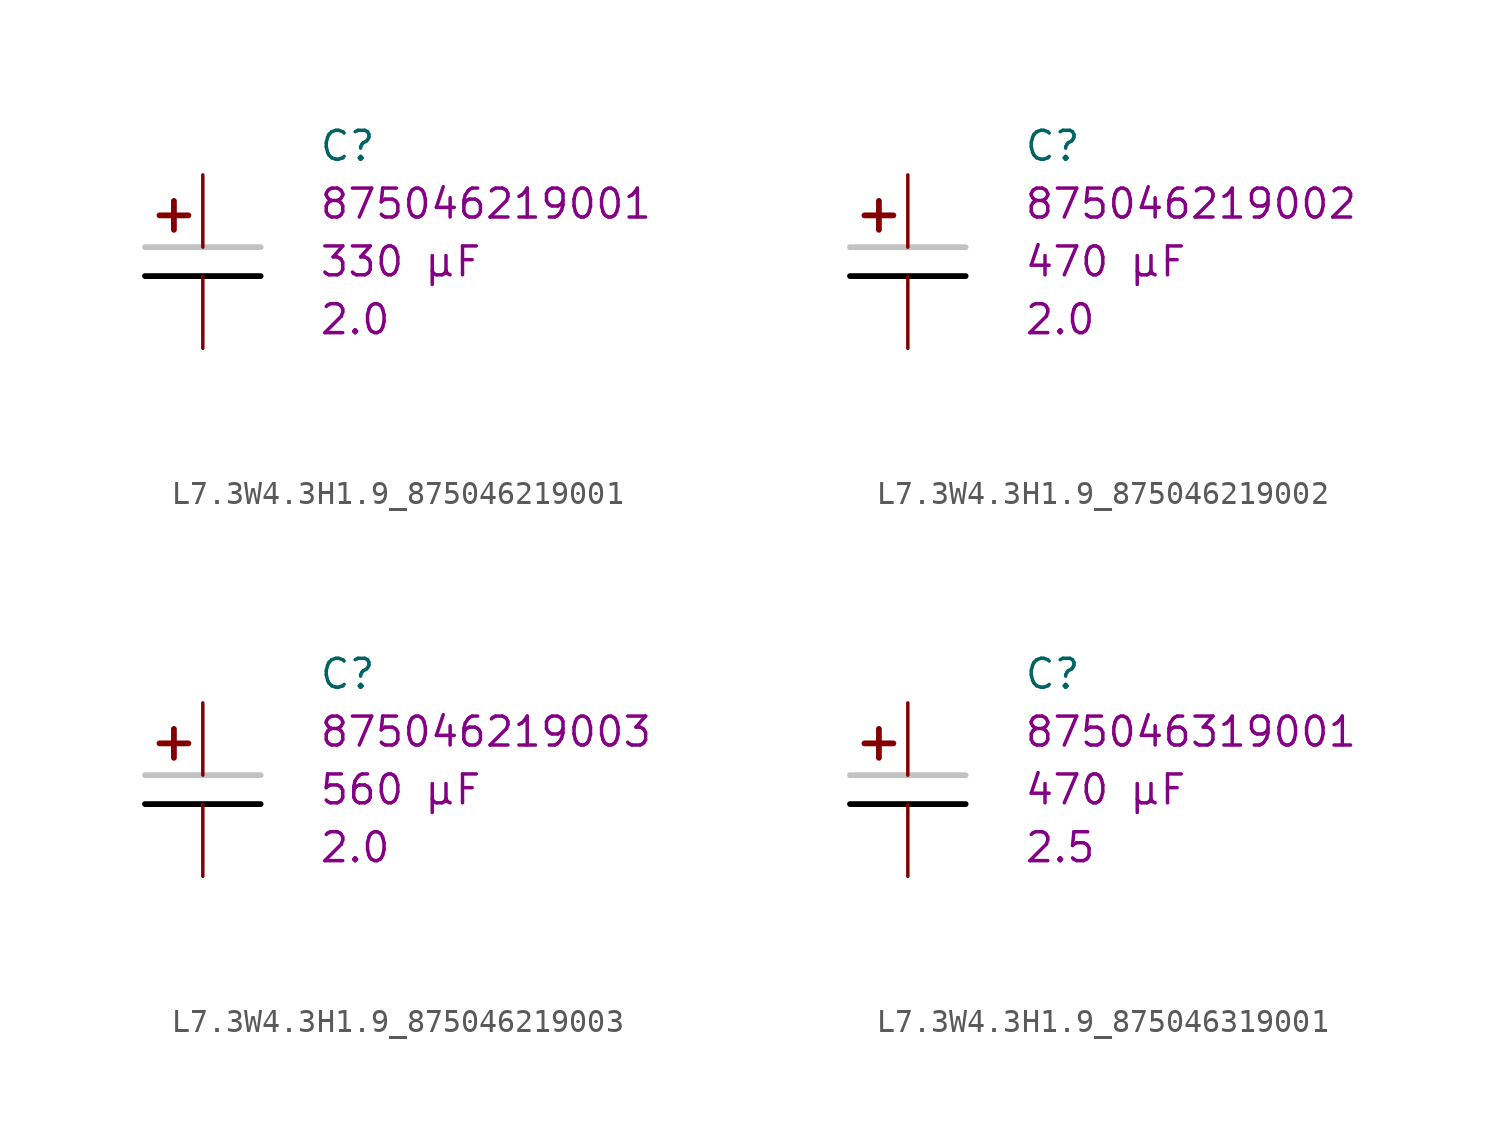
<source format=kicad_sym>
(kicad_symbol_lib
  (version 20220914)
  (generator kicad_symbol_editor)
  (symbol "L7.3W4.3H1.9_875046219001"
    (pin_numbers hide)
    (pin_names hide)
    (property "Reference" "C"
      (at 5.08 5.08 0)
      (effects (font (size 1.27 1.27)) (justify left)))
    (property "Part Number" "875046219001"
      (at 5.08 2.54 0)
      (effects (font (size 1.27 1.27)) (justify left)))
    (property "Capacitance" "330 µF"
      (at 5.08 0 0)
      (effects (font (size 1.27 1.27)) (justify left)))
    (property "Voltage" "2.0"
      (at 5.08 -2.54 0)
      (effects (font (size 1.27 1.27)) (justify left)))
    (property "Critical Parameter" ""
      (at 0 -7.62 0)
      (effects (font (size 1.27 1.27))))
    (symbol "L7.3W4.3H1.9_875046219001_1_1"
      (polyline (pts (xy -1.27 2.667) (xy -1.27 1.397)) (stroke (width 0.254) (type default)) (fill (type none)))
      (polyline (pts (xy -0.635 2.032) (xy -1.905 2.032)) (stroke (width 0.254) (type default)) (fill (type none)))
      (polyline (pts (xy 2.54 -0.635) (xy -2.54 -0.635)) (stroke (width 0.254) (type default) (color 0 0 0 1)) (fill (type none)))
      (polyline (pts (xy 2.54 0.635) (xy -2.54 0.635)) (stroke (width 0.254) (type default) (color 194 194 194 1)) (fill (type none)))
      (pin passive line (at 0 3.81 270) (length 3.175) (name "1" (effects (font (size 1.27 1.27)))) (number "1" (effects (font (size 1.27 1.27)))))
      (pin passive line (at 0 -3.81 90) (length 3.175) (name "2" (effects (font (size 1.27 1.27)))) (number "2" (effects (font (size 1.27 1.27)))))))
  (symbol "L7.3W4.3H1.9_875046219002"
    (pin_numbers hide)
    (pin_names hide)
    (property "Reference" "C"
      (at 5.08 5.08 0)
      (effects (font (size 1.27 1.27)) (justify left)))
    (property "Part Number" "875046219002"
      (at 5.08 2.54 0)
      (effects (font (size 1.27 1.27)) (justify left)))
    (property "Capacitance" "470 µF"
      (at 5.08 0 0)
      (effects (font (size 1.27 1.27)) (justify left)))
    (property "Voltage" "2.0"
      (at 5.08 -2.54 0)
      (effects (font (size 1.27 1.27)) (justify left)))
    (property "Critical Parameter" ""
      (at 0 -7.62 0)
      (effects (font (size 1.27 1.27))))
    (symbol "L7.3W4.3H1.9_875046219002_1_1"
      (polyline (pts (xy -1.27 2.667) (xy -1.27 1.397)) (stroke (width 0.254) (type default)) (fill (type none)))
      (polyline (pts (xy -0.635 2.032) (xy -1.905 2.032)) (stroke (width 0.254) (type default)) (fill (type none)))
      (polyline (pts (xy 2.54 -0.635) (xy -2.54 -0.635)) (stroke (width 0.254) (type default) (color 0 0 0 1)) (fill (type none)))
      (polyline (pts (xy 2.54 0.635) (xy -2.54 0.635)) (stroke (width 0.254) (type default) (color 194 194 194 1)) (fill (type none)))
      (pin passive line (at 0 3.81 270) (length 3.175) (name "1" (effects (font (size 1.27 1.27)))) (number "1" (effects (font (size 1.27 1.27)))))
      (pin passive line (at 0 -3.81 90) (length 3.175) (name "2" (effects (font (size 1.27 1.27)))) (number "2" (effects (font (size 1.27 1.27)))))))
  (symbol "L7.3W4.3H1.9_875046219003"
    (pin_numbers hide)
    (pin_names hide)
    (property "Reference" "C"
      (at 5.08 5.08 0)
      (effects (font (size 1.27 1.27)) (justify left)))
    (property "Part Number" "875046219003"
      (at 5.08 2.54 0)
      (effects (font (size 1.27 1.27)) (justify left)))
    (property "Capacitance" "560 µF"
      (at 5.08 0 0)
      (effects (font (size 1.27 1.27)) (justify left)))
    (property "Voltage" "2.0"
      (at 5.08 -2.54 0)
      (effects (font (size 1.27 1.27)) (justify left)))
    (property "Critical Parameter" ""
      (at 0 -7.62 0)
      (effects (font (size 1.27 1.27))))
    (symbol "L7.3W4.3H1.9_875046219003_1_1"
      (polyline (pts (xy -1.27 2.667) (xy -1.27 1.397)) (stroke (width 0.254) (type default)) (fill (type none)))
      (polyline (pts (xy -0.635 2.032) (xy -1.905 2.032)) (stroke (width 0.254) (type default)) (fill (type none)))
      (polyline (pts (xy 2.54 -0.635) (xy -2.54 -0.635)) (stroke (width 0.254) (type default) (color 0 0 0 1)) (fill (type none)))
      (polyline (pts (xy 2.54 0.635) (xy -2.54 0.635)) (stroke (width 0.254) (type default) (color 194 194 194 1)) (fill (type none)))
      (pin passive line (at 0 3.81 270) (length 3.175) (name "1" (effects (font (size 1.27 1.27)))) (number "1" (effects (font (size 1.27 1.27)))))
      (pin passive line (at 0 -3.81 90) (length 3.175) (name "2" (effects (font (size 1.27 1.27)))) (number "2" (effects (font (size 1.27 1.27)))))))
  (symbol "L7.3W4.3H1.9_875046319001"
    (pin_numbers hide)
    (pin_names hide)
    (property "Reference" "C"
      (at 5.08 5.08 0)
      (effects (font (size 1.27 1.27)) (justify left)))
    (property "Part Number" "875046319001"
      (at 5.08 2.54 0)
      (effects (font (size 1.27 1.27)) (justify left)))
    (property "Capacitance" "470 µF"
      (at 5.08 0 0)
      (effects (font (size 1.27 1.27)) (justify left)))
    (property "Voltage" "2.5"
      (at 5.08 -2.54 0)
      (effects (font (size 1.27 1.27)) (justify left)))
    (property "Critical Parameter" ""
      (at 0 -7.62 0)
      (effects (font (size 1.27 1.27))))
    (symbol "L7.3W4.3H1.9_875046319001_1_1"
      (polyline (pts (xy -1.27 2.667) (xy -1.27 1.397)) (stroke (width 0.254) (type default)) (fill (type none)))
      (polyline (pts (xy -0.635 2.032) (xy -1.905 2.032)) (stroke (width 0.254) (type default)) (fill (type none)))
      (polyline (pts (xy 2.54 -0.635) (xy -2.54 -0.635)) (stroke (width 0.254) (type default) (color 0 0 0 1)) (fill (type none)))
      (polyline (pts (xy 2.54 0.635) (xy -2.54 0.635)) (stroke (width 0.254) (type default) (color 194 194 194 1)) (fill (type none)))
      (pin passive line (at 0 3.81 270) (length 3.175) (name "1" (effects (font (size 1.27 1.27)))) (number "1" (effects (font (size 1.27 1.27)))))
      (pin passive line (at 0 -3.81 90) (length 3.175) (name "2" (effects (font (size 1.27 1.27)))) (number "2" (effects (font (size 1.27 1.27))))))))
</source>
